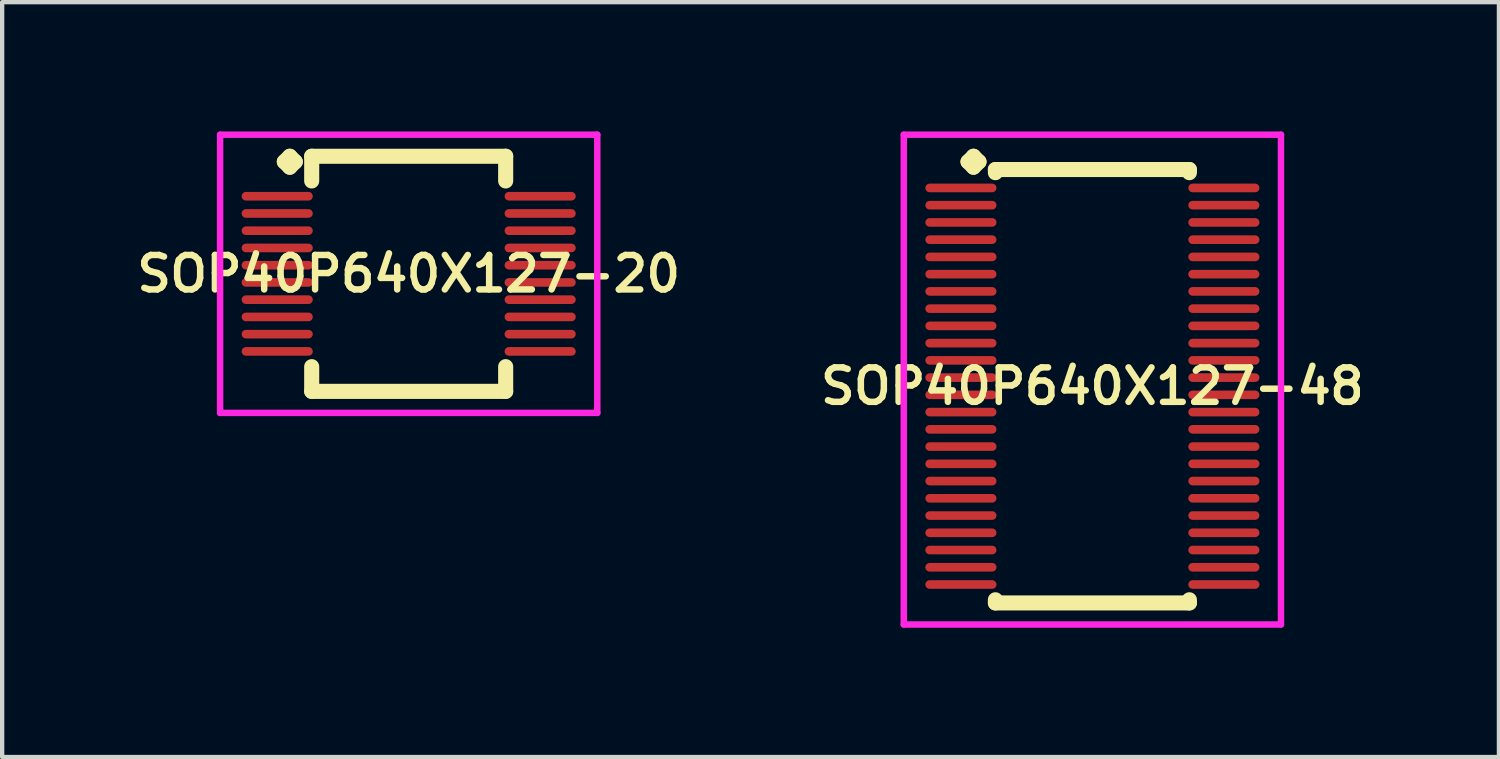
<source format=kicad_pcb>
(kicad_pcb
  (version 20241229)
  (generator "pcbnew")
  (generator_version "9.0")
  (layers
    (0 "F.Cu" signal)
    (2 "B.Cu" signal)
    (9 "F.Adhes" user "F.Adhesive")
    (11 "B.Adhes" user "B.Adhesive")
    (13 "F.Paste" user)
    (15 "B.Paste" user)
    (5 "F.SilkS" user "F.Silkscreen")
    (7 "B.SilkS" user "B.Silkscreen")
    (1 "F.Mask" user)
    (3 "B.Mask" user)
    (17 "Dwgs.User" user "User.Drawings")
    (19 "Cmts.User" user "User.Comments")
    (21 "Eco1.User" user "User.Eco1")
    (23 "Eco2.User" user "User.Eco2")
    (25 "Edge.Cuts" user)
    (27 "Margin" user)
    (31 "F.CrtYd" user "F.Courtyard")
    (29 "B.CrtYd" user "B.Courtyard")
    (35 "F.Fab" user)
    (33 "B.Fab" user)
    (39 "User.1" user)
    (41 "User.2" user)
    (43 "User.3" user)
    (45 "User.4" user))
  (footprint "SOP40P640X127-48"
    (layer "F.Cu")
    (at 22.292 5.91)
    (property "Reference" "SOP40P640X127-48" (at 0 0 0) (layer "F.SilkS") (effects (font (size 0.8 0.8) (thickness 0.15))))
    (attr smd)
    (fp_line (start -2.885 -5.208) (end -2.758 -5.335) (stroke (width 0.35) (type solid)) (layer "F.SilkS"))
    (fp_line (start -2.758 -5.335) (end -2.631 -5.208) (stroke (width 0.35) (type solid)) (layer "F.SilkS"))
    (fp_line (start -2.758 -5.081) (end -2.885 -5.208) (stroke (width 0.35) (type solid)) (layer "F.SilkS"))
    (fp_line (start -2.631 -5.208) (end -2.758 -5.081) (stroke (width 0.35) (type solid)) (layer "F.SilkS"))
    (fp_line (start -2.25 -5.027) (end 2.25 -5.027) (stroke (width 0.35) (type solid)) (layer "F.SilkS"))
    (fp_line (start -2.25 -4.954) (end -2.25 -5.027) (stroke (width 0.35) (type solid)) (layer "F.SilkS"))
    (fp_line (start -2.25 4.954) (end -2.25 5.027) (stroke (width 0.35) (type solid)) (layer "F.SilkS"))
    (fp_line (start -2.25 5.027) (end 2.25 5.027) (stroke (width 0.35) (type solid)) (layer "F.SilkS"))
    (fp_line (start 2.25 -5.027) (end 2.25 -4.954) (stroke (width 0.35) (type solid)) (layer "F.SilkS"))
    (fp_line (start 2.25 5.027) (end 2.25 4.954) (stroke (width 0.35) (type solid)) (layer "F.SilkS"))
    (fp_line (start -4.375 -5.835) (end 4.375 -5.835) (stroke (width 0.15) (type solid)) (layer "F.CrtYd"))
    (fp_line (start -4.375 5.527) (end -4.375 -5.835) (stroke (width 0.15) (type solid)) (layer "F.CrtYd"))
    (fp_line (start 4.375 -5.835) (end 4.375 5.527) (stroke (width 0.15) (type solid)) (layer "F.CrtYd"))
    (fp_line (start 4.375 5.527) (end -4.375 5.527) (stroke (width 0.15) (type solid)) (layer "F.CrtYd"))
    (pad "1" smd oval (at -3.05 -4.6) (size 1.65 0.2) (layers "F.Cu" "F.Mask" "F.Paste"))
    (pad "2" smd oval (at -3.05 -4.2) (size 1.65 0.2) (layers "F.Cu" "F.Mask" "F.Paste"))
    (pad "3" smd oval (at -3.05 -3.8) (size 1.65 0.2) (layers "F.Cu" "F.Mask" "F.Paste"))
    (pad "4" smd oval (at -3.05 -3.4) (size 1.65 0.2) (layers "F.Cu" "F.Mask" "F.Paste"))
    (pad "5" smd oval (at -3.05 -3) (size 1.65 0.2) (layers "F.Cu" "F.Mask" "F.Paste"))
    (pad "6" smd oval (at -3.05 -2.6) (size 1.65 0.2) (layers "F.Cu" "F.Mask" "F.Paste"))
    (pad "7" smd oval (at -3.05 -2.2) (size 1.65 0.2) (layers "F.Cu" "F.Mask" "F.Paste"))
    (pad "8" smd oval (at -3.05 -1.8) (size 1.65 0.2) (layers "F.Cu" "F.Mask" "F.Paste"))
    (pad "9" smd oval (at -3.05 -1.4) (size 1.65 0.2) (layers "F.Cu" "F.Mask" "F.Paste"))
    (pad "10" smd oval (at -3.05 -1) (size 1.65 0.2) (layers "F.Cu" "F.Mask" "F.Paste"))
    (pad "11" smd oval (at -3.05 -0.6) (size 1.65 0.2) (layers "F.Cu" "F.Mask" "F.Paste"))
    (pad "12" smd oval (at -3.05 -0.2) (size 1.65 0.2) (layers "F.Cu" "F.Mask" "F.Paste"))
    (pad "13" smd oval (at -3.05 0.2) (size 1.65 0.2) (layers "F.Cu" "F.Mask" "F.Paste"))
    (pad "14" smd oval (at -3.05 0.6) (size 1.65 0.2) (layers "F.Cu" "F.Mask" "F.Paste"))
    (pad "15" smd oval (at -3.05 1) (size 1.65 0.2) (layers "F.Cu" "F.Mask" "F.Paste"))
    (pad "16" smd oval (at -3.05 1.4) (size 1.65 0.2) (layers "F.Cu" "F.Mask" "F.Paste"))
    (pad "17" smd oval (at -3.05 1.8) (size 1.65 0.2) (layers "F.Cu" "F.Mask" "F.Paste"))
    (pad "18" smd oval (at -3.05 2.2) (size 1.65 0.2) (layers "F.Cu" "F.Mask" "F.Paste"))
    (pad "19" smd oval (at -3.05 2.6) (size 1.65 0.2) (layers "F.Cu" "F.Mask" "F.Paste"))
    (pad "20" smd oval (at -3.05 3) (size 1.65 0.2) (layers "F.Cu" "F.Mask" "F.Paste"))
    (pad "21" smd oval (at -3.05 3.4) (size 1.65 0.2) (layers "F.Cu" "F.Mask" "F.Paste"))
    (pad "22" smd oval (at -3.05 3.8) (size 1.65 0.2) (layers "F.Cu" "F.Mask" "F.Paste"))
    (pad "23" smd oval (at -3.05 4.2) (size 1.65 0.2) (layers "F.Cu" "F.Mask" "F.Paste"))
    (pad "24" smd oval (at -3.05 4.6) (size 1.65 0.2) (layers "F.Cu" "F.Mask" "F.Paste"))
    (pad "25" smd oval (at 3.05 4.6) (size 1.65 0.2) (layers "F.Cu" "F.Mask" "F.Paste"))
    (pad "26" smd oval (at 3.05 4.2) (size 1.65 0.2) (layers "F.Cu" "F.Mask" "F.Paste"))
    (pad "27" smd oval (at 3.05 3.8) (size 1.65 0.2) (layers "F.Cu" "F.Mask" "F.Paste"))
    (pad "28" smd oval (at 3.05 3.4) (size 1.65 0.2) (layers "F.Cu" "F.Mask" "F.Paste"))
    (pad "29" smd oval (at 3.05 3) (size 1.65 0.2) (layers "F.Cu" "F.Mask" "F.Paste"))
    (pad "30" smd oval (at 3.05 2.6) (size 1.65 0.2) (layers "F.Cu" "F.Mask" "F.Paste"))
    (pad "31" smd oval (at 3.05 2.2) (size 1.65 0.2) (layers "F.Cu" "F.Mask" "F.Paste"))
    (pad "32" smd oval (at 3.05 1.8) (size 1.65 0.2) (layers "F.Cu" "F.Mask" "F.Paste"))
    (pad "33" smd oval (at 3.05 1.4) (size 1.65 0.2) (layers "F.Cu" "F.Mask" "F.Paste"))
    (pad "34" smd oval (at 3.05 1) (size 1.65 0.2) (layers "F.Cu" "F.Mask" "F.Paste"))
    (pad "35" smd oval (at 3.05 0.6) (size 1.65 0.2) (layers "F.Cu" "F.Mask" "F.Paste"))
    (pad "36" smd oval (at 3.05 0.2) (size 1.65 0.2) (layers "F.Cu" "F.Mask" "F.Paste"))
    (pad "37" smd oval (at 3.05 -0.2) (size 1.65 0.2) (layers "F.Cu" "F.Mask" "F.Paste"))
    (pad "38" smd oval (at 3.05 -0.6) (size 1.65 0.2) (layers "F.Cu" "F.Mask" "F.Paste"))
    (pad "39" smd oval (at 3.05 -1) (size 1.65 0.2) (layers "F.Cu" "F.Mask" "F.Paste"))
    (pad "40" smd oval (at 3.05 -1.4) (size 1.65 0.2) (layers "F.Cu" "F.Mask" "F.Paste"))
    (pad "41" smd oval (at 3.05 -1.8) (size 1.65 0.2) (layers "F.Cu" "F.Mask" "F.Paste"))
    (pad "42" smd oval (at 3.05 -2.2) (size 1.65 0.2) (layers "F.Cu" "F.Mask" "F.Paste"))
    (pad "43" smd oval (at 3.05 -2.6) (size 1.65 0.2) (layers "F.Cu" "F.Mask" "F.Paste"))
    (pad "44" smd oval (at 3.05 -3) (size 1.65 0.2) (layers "F.Cu" "F.Mask" "F.Paste"))
    (pad "45" smd oval (at 3.05 -3.4) (size 1.65 0.2) (layers "F.Cu" "F.Mask" "F.Paste"))
    (pad "46" smd oval (at 3.05 -3.8) (size 1.65 0.2) (layers "F.Cu" "F.Mask" "F.Paste"))
    (pad "47" smd oval (at 3.05 -4.2) (size 1.65 0.2) (layers "F.Cu" "F.Mask" "F.Paste"))
    (pad "48" smd oval (at 3.05 -4.6) (size 1.65 0.2) (layers "F.Cu" "F.Mask" "F.Paste")))
  (footprint "SOP40P640X127-20"
    (layer "F.Cu")
    (at 6.431 3.302)
    (property "Reference" "SOP40P640X127-20" (at 0 0 0) (layer "F.SilkS") (effects (font (size 0.8 0.8) (thickness 0.15))))
    (attr smd)
    (fp_line (start -2.885 -2.6) (end -2.758 -2.727) (stroke (width 0.35) (type solid)) (layer "F.SilkS"))
    (fp_line (start -2.758 -2.727) (end -2.631 -2.6) (stroke (width 0.35) (type solid)) (layer "F.SilkS"))
    (fp_line (start -2.758 -2.473) (end -2.885 -2.6) (stroke (width 0.35) (type solid)) (layer "F.SilkS"))
    (fp_line (start -2.631 -2.6) (end -2.758 -2.473) (stroke (width 0.35) (type solid)) (layer "F.SilkS"))
    (fp_line (start -2.25 -2.727) (end 2.25 -2.727) (stroke (width 0.35) (type solid)) (layer "F.SilkS"))
    (fp_line (start -2.25 -2.154) (end -2.25 -2.727) (stroke (width 0.35) (type solid)) (layer "F.SilkS"))
    (fp_line (start -2.25 2.154) (end -2.25 2.727) (stroke (width 0.35) (type solid)) (layer "F.SilkS"))
    (fp_line (start -2.25 2.727) (end 2.25 2.727) (stroke (width 0.35) (type solid)) (layer "F.SilkS"))
    (fp_line (start 2.25 -2.727) (end 2.25 -2.154) (stroke (width 0.35) (type solid)) (layer "F.SilkS"))
    (fp_line (start 2.25 2.727) (end 2.25 2.154) (stroke (width 0.35) (type solid)) (layer "F.SilkS"))
    (fp_line (start -4.375 -3.227) (end 4.375 -3.227) (stroke (width 0.15) (type solid)) (layer "F.CrtYd"))
    (fp_line (start -4.375 3.227) (end -4.375 -3.227) (stroke (width 0.15) (type solid)) (layer "F.CrtYd"))
    (fp_line (start 4.375 -3.227) (end 4.375 3.227) (stroke (width 0.15) (type solid)) (layer "F.CrtYd"))
    (fp_line (start 4.375 3.227) (end -4.375 3.227) (stroke (width 0.15) (type solid)) (layer "F.CrtYd"))
    (pad "1" smd oval (at -3.05 -1.8) (size 1.65 0.2) (layers "F.Cu" "F.Mask" "F.Paste"))
    (pad "2" smd oval (at -3.05 -1.4) (size 1.65 0.2) (layers "F.Cu" "F.Mask" "F.Paste"))
    (pad "3" smd oval (at -3.05 -1) (size 1.65 0.2) (layers "F.Cu" "F.Mask" "F.Paste"))
    (pad "4" smd oval (at -3.05 -0.6) (size 1.65 0.2) (layers "F.Cu" "F.Mask" "F.Paste"))
    (pad "5" smd oval (at -3.05 -0.2) (size 1.65 0.2) (layers "F.Cu" "F.Mask" "F.Paste"))
    (pad "6" smd oval (at -3.05 0.2) (size 1.65 0.2) (layers "F.Cu" "F.Mask" "F.Paste"))
    (pad "7" smd oval (at -3.05 0.6) (size 1.65 0.2) (layers "F.Cu" "F.Mask" "F.Paste"))
    (pad "8" smd oval (at -3.05 1) (size 1.65 0.2) (layers "F.Cu" "F.Mask" "F.Paste"))
    (pad "9" smd oval (at -3.05 1.4) (size 1.65 0.2) (layers "F.Cu" "F.Mask" "F.Paste"))
    (pad "10" smd oval (at -3.05 1.8) (size 1.65 0.2) (layers "F.Cu" "F.Mask" "F.Paste"))
    (pad "11" smd oval (at 3.05 1.8) (size 1.65 0.2) (layers "F.Cu" "F.Mask" "F.Paste"))
    (pad "12" smd oval (at 3.05 1.4) (size 1.65 0.2) (layers "F.Cu" "F.Mask" "F.Paste"))
    (pad "13" smd oval (at 3.05 1) (size 1.65 0.2) (layers "F.Cu" "F.Mask" "F.Paste"))
    (pad "14" smd oval (at 3.05 0.6) (size 1.65 0.2) (layers "F.Cu" "F.Mask" "F.Paste"))
    (pad "15" smd oval (at 3.05 0.2) (size 1.65 0.2) (layers "F.Cu" "F.Mask" "F.Paste"))
    (pad "16" smd oval (at 3.05 -0.2) (size 1.65 0.2) (layers "F.Cu" "F.Mask" "F.Paste"))
    (pad "17" smd oval (at 3.05 -0.6) (size 1.65 0.2) (layers "F.Cu" "F.Mask" "F.Paste"))
    (pad "18" smd oval (at 3.05 -1) (size 1.65 0.2) (layers "F.Cu" "F.Mask" "F.Paste"))
    (pad "19" smd oval (at 3.05 -1.4) (size 1.65 0.2) (layers "F.Cu" "F.Mask" "F.Paste"))
    (pad "20" smd oval (at 3.05 -1.8) (size 1.65 0.2) (layers "F.Cu" "F.Mask" "F.Paste")))
  (gr_rect
    (start -3 -3)
    (end 31.723 14.512)
    (stroke (width 0.1) (type default))
    (fill no)
    (layer "Edge.Cuts")))
</source>
